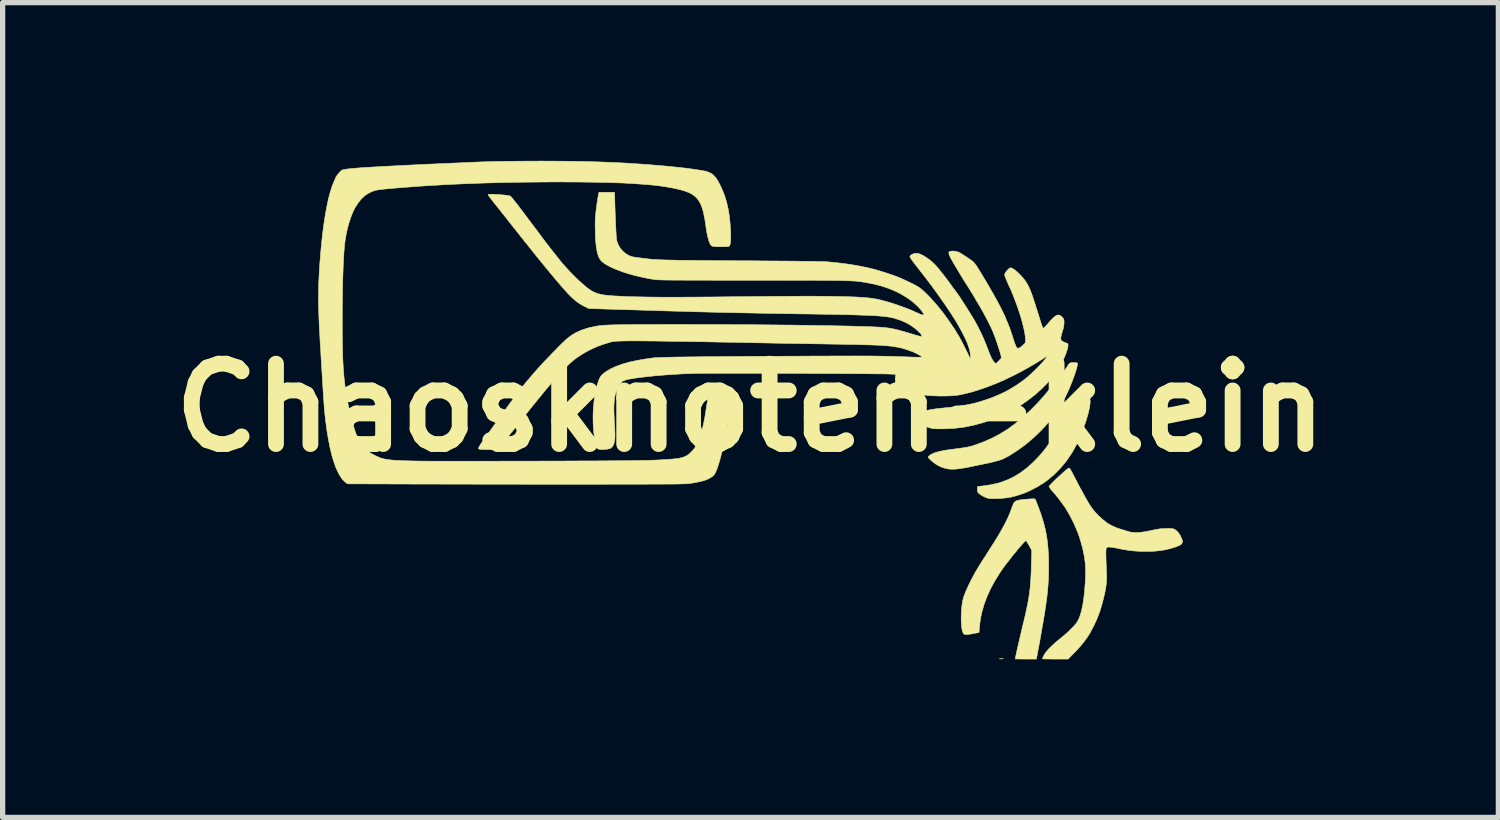
<source format=kicad_pcb>
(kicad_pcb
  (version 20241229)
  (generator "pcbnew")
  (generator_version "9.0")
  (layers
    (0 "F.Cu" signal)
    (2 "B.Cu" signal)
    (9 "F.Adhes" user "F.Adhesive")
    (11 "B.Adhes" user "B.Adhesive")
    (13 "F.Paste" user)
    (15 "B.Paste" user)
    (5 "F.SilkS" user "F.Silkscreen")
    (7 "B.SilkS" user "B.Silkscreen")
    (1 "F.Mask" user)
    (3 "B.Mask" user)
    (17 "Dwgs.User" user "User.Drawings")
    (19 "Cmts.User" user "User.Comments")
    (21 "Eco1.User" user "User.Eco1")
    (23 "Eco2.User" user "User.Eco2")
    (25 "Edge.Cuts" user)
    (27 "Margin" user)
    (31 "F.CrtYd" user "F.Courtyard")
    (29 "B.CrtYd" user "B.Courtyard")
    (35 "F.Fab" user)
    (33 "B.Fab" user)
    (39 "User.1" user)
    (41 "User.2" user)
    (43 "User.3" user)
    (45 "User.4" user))
  (footprint "Chaosknoten-klein"
    (layer "F.Cu")
    (at 11.183 4.682)
    (property "Reference" "Chaosknoten-klein" (at 0 0 0) (layer "F.SilkS") (effects (font (size 1.524 1.524) (thickness 0.3))))
    (attr through_hole)
    (fp_poly (pts (xy 4.79 4.761) (xy 4.797 4.762) (xy 4.79 4.763) (xy 4.769 4.764) (xy 4.758 4.764) (xy 4.733 4.764) (xy 4.72 4.763) (xy 4.722 4.761) (xy 4.727 4.761) (xy 4.758 4.759) (xy 4.79 4.761)) (stroke (width 0.01) (type solid)) (fill yes) (layer "F.SilkS"))
    (fp_poly (pts (xy 6.322 -0.3) (xy 6.347 -0.286) (xy 6.374 -0.262) (xy 6.4 -0.231) (xy 6.423 -0.195) (xy 6.427 -0.187) (xy 6.437 -0.166) (xy 6.441 -0.146) (xy 6.443 -0.12) (xy 6.441 -0.084) (xy 6.44 -0.082) (xy 6.433 -0.02) (xy 6.418 0.054) (xy 6.397 0.138) (xy 6.37 0.228) (xy 6.339 0.323) (xy 6.305 0.42) (xy 6.267 0.515) (xy 6.228 0.607) (xy 6.189 0.69) (xy 6.1 0.851) (xy 5.999 1.001) (xy 5.886 1.139) (xy 5.762 1.265) (xy 5.626 1.379) (xy 5.561 1.425) (xy 5.534 1.444) (xy 5.511 1.457) (xy 5.498 1.464) (xy 5.496 1.465) (xy 5.486 1.471) (xy 5.485 1.472) (xy 5.477 1.479) (xy 5.456 1.492) (xy 5.425 1.509) (xy 5.388 1.528) (xy 5.347 1.549) (xy 5.306 1.57) (xy 5.266 1.589) (xy 5.232 1.604) (xy 5.205 1.615) (xy 5.203 1.616) (xy 5.103 1.651) (xy 5.013 1.678) (xy 4.928 1.698) (xy 4.844 1.711) (xy 4.756 1.72) (xy 4.678 1.723) (xy 4.62 1.725) (xy 4.575 1.724) (xy 4.541 1.722) (xy 4.514 1.719) (xy 4.498 1.715) (xy 4.452 1.698) (xy 4.406 1.676) (xy 4.364 1.651) (xy 4.332 1.626) (xy 4.325 1.619) (xy 4.311 1.6) (xy 4.304 1.582) (xy 4.302 1.559) (xy 4.303 1.542) (xy 4.305 1.495) (xy 4.407 1.484) (xy 4.565 1.461) (xy 4.714 1.426) (xy 4.854 1.377) (xy 4.987 1.315) (xy 5.115 1.238) (xy 5.239 1.145) (xy 5.36 1.037) (xy 5.41 0.987) (xy 5.44 0.956) (xy 5.467 0.926) (xy 5.49 0.901) (xy 5.5 0.889) (xy 5.523 0.862) (xy 5.546 0.835) (xy 5.55 0.831) (xy 5.564 0.814) (xy 5.586 0.786) (xy 5.611 0.752) (xy 5.639 0.714) (xy 5.646 0.704) (xy 5.672 0.667) (xy 5.696 0.635) (xy 5.715 0.609) (xy 5.727 0.593) (xy 5.729 0.59) (xy 5.741 0.573) (xy 5.761 0.543) (xy 5.788 0.502) (xy 5.821 0.45) (xy 5.858 0.391) (xy 5.9 0.324) (xy 5.944 0.252) (xy 5.99 0.176) (xy 6.038 0.098) (xy 6.086 0.019) (xy 6.124 -0.045) (xy 6.17 -0.121) (xy 6.209 -0.183) (xy 6.241 -0.231) (xy 6.266 -0.266) (xy 6.286 -0.289) (xy 6.3 -0.3) (xy 6.302 -0.301) (xy 6.322 -0.3)) (stroke (width 0.01) (type solid)) (fill yes) (layer "F.SilkS"))
    (fp_poly (pts (xy 6.168 -0.854) (xy 6.191 -0.85) (xy 6.2 -0.844) (xy 6.2 -0.844) (xy 6.201 -0.824) (xy 6.196 -0.791) (xy 6.185 -0.747) (xy 6.17 -0.693) (xy 6.15 -0.632) (xy 6.126 -0.566) (xy 6.1 -0.496) (xy 6.071 -0.425) (xy 6.042 -0.354) (xy 6.011 -0.286) (xy 5.981 -0.223) (xy 5.973 -0.207) (xy 5.953 -0.169) (xy 5.929 -0.126) (xy 5.905 -0.082) (xy 5.88 -0.04) (xy 5.857 -0.002) (xy 5.838 0.029) (xy 5.824 0.051) (xy 5.817 0.059) (xy 5.81 0.068) (xy 5.796 0.087) (xy 5.778 0.112) (xy 5.774 0.119) (xy 5.755 0.146) (xy 5.739 0.168) (xy 5.729 0.182) (xy 5.728 0.183) (xy 5.718 0.195) (xy 5.702 0.215) (xy 5.698 0.22) (xy 5.649 0.281) (xy 5.59 0.349) (xy 5.522 0.421) (xy 5.45 0.493) (xy 5.376 0.563) (xy 5.303 0.627) (xy 5.234 0.684) (xy 5.202 0.708) (xy 5.181 0.724) (xy 5.154 0.745) (xy 5.139 0.755) (xy 5.079 0.799) (xy 5.014 0.842) (xy 4.949 0.884) (xy 4.886 0.921) (xy 4.828 0.952) (xy 4.778 0.976) (xy 4.748 0.987) (xy 4.697 1.003) (xy 4.632 1.021) (xy 4.559 1.039) (xy 4.482 1.056) (xy 4.449 1.063) (xy 4.421 1.068) (xy 4.38 1.077) (xy 4.329 1.087) (xy 4.272 1.099) (xy 4.211 1.112) (xy 4.178 1.119) (xy 4.077 1.139) (xy 3.989 1.153) (xy 3.914 1.163) (xy 3.848 1.167) (xy 3.791 1.166) (xy 3.74 1.16) (xy 3.7 1.151) (xy 3.629 1.129) (xy 3.565 1.1) (xy 3.504 1.063) (xy 3.442 1.015) (xy 3.411 0.987) (xy 3.386 0.963) (xy 3.373 0.946) (xy 3.371 0.933) (xy 3.379 0.921) (xy 3.38 0.92) (xy 3.409 0.897) (xy 3.444 0.876) (xy 3.487 0.857) (xy 3.54 0.841) (xy 3.604 0.825) (xy 3.68 0.81) (xy 3.771 0.796) (xy 3.872 0.783) (xy 3.954 0.772) (xy 4.022 0.763) (xy 4.078 0.754) (xy 4.126 0.745) (xy 4.167 0.736) (xy 4.205 0.726) (xy 4.242 0.714) (xy 4.254 0.71) (xy 4.424 0.647) (xy 4.584 0.576) (xy 4.735 0.496) (xy 4.88 0.406) (xy 5.021 0.303) (xy 5.161 0.188) (xy 5.301 0.057) (xy 5.326 0.033) (xy 5.384 -0.026) (xy 5.438 -0.081) (xy 5.489 -0.136) (xy 5.54 -0.193) (xy 5.594 -0.256) (xy 5.654 -0.328) (xy 5.694 -0.376) (xy 5.715 -0.402) (xy 5.742 -0.435) (xy 5.771 -0.469) (xy 5.781 -0.482) (xy 5.805 -0.51) (xy 5.822 -0.531) (xy 5.836 -0.549) (xy 5.85 -0.566) (xy 5.866 -0.587) (xy 5.887 -0.615) (xy 5.915 -0.652) (xy 5.942 -0.689) (xy 5.97 -0.727) (xy 5.993 -0.76) (xy 6.006 -0.779) (xy 6.028 -0.813) (xy 6.046 -0.834) (xy 6.062 -0.847) (xy 6.082 -0.853) (xy 6.108 -0.855) (xy 6.13 -0.855) (xy 6.168 -0.854)) (stroke (width 0.01) (type solid)) (fill yes) (layer "F.SilkS"))
    (fp_poly (pts (xy 5.381 1.729) (xy 5.394 1.733) (xy 5.403 1.741) (xy 5.409 1.752) (xy 5.415 1.768) (xy 5.416 1.772) (xy 5.472 1.916) (xy 5.519 2.049) (xy 5.558 2.176) (xy 5.589 2.299) (xy 5.614 2.421) (xy 5.632 2.546) (xy 5.644 2.677) (xy 5.652 2.817) (xy 5.655 2.969) (xy 5.656 3.023) (xy 5.654 3.136) (xy 5.651 3.247) (xy 5.644 3.358) (xy 5.635 3.472) (xy 5.622 3.591) (xy 5.605 3.717) (xy 5.585 3.853) (xy 5.561 4.002) (xy 5.545 4.094) (xy 5.535 4.148) (xy 5.526 4.202) (xy 5.517 4.252) (xy 5.51 4.293) (xy 5.507 4.31) (xy 5.502 4.338) (xy 5.497 4.367) (xy 5.492 4.397) (xy 5.485 4.432) (xy 5.478 4.475) (xy 5.468 4.527) (xy 5.456 4.591) (xy 5.447 4.638) (xy 5.423 4.767) (xy 5.222 4.767) (xy 5.166 4.767) (xy 5.115 4.766) (xy 5.073 4.766) (xy 5.042 4.765) (xy 5.024 4.765) (xy 5.021 4.764) (xy 5.022 4.754) (xy 5.027 4.731) (xy 5.034 4.698) (xy 5.043 4.659) (xy 5.052 4.616) (xy 5.061 4.574) (xy 5.07 4.536) (xy 5.077 4.504) (xy 5.079 4.495) (xy 5.087 4.46) (xy 5.098 4.415) (xy 5.11 4.363) (xy 5.123 4.31) (xy 5.127 4.293) (xy 5.14 4.236) (xy 5.154 4.175) (xy 5.168 4.115) (xy 5.181 4.064) (xy 5.183 4.056) (xy 5.212 3.931) (xy 5.237 3.819) (xy 5.258 3.717) (xy 5.275 3.623) (xy 5.289 3.532) (xy 5.301 3.441) (xy 5.309 3.349) (xy 5.316 3.251) (xy 5.322 3.145) (xy 5.326 3.027) (xy 5.326 3.019) (xy 5.335 2.707) (xy 5.312 2.664) (xy 5.289 2.621) (xy 5.267 2.584) (xy 5.248 2.553) (xy 5.234 2.532) (xy 5.225 2.523) (xy 5.225 2.523) (xy 5.216 2.527) (xy 5.201 2.539) (xy 5.18 2.561) (xy 5.15 2.594) (xy 5.131 2.616) (xy 5.107 2.644) (xy 5.087 2.666) (xy 5.075 2.68) (xy 5.071 2.684) (xy 5.064 2.693) (xy 5.051 2.71) (xy 5.045 2.718) (xy 5.024 2.744) (xy 5.003 2.769) (xy 5 2.773) (xy 4.985 2.791) (xy 4.963 2.818) (xy 4.938 2.849) (xy 4.925 2.866) (xy 4.903 2.895) (xy 4.885 2.919) (xy 4.872 2.934) (xy 4.869 2.938) (xy 4.859 2.949) (xy 4.842 2.972) (xy 4.819 3.003) (xy 4.794 3.038) (xy 4.767 3.076) (xy 4.743 3.111) (xy 4.641 3.273) (xy 4.555 3.431) (xy 4.484 3.587) (xy 4.427 3.741) (xy 4.391 3.869) (xy 4.377 3.928) (xy 4.366 3.985) (xy 4.356 4.045) (xy 4.348 4.111) (xy 4.34 4.19) (xy 4.339 4.204) (xy 4.334 4.264) (xy 4.252 4.279) (xy 4.188 4.291) (xy 4.139 4.299) (xy 4.102 4.303) (xy 4.075 4.302) (xy 4.056 4.297) (xy 4.042 4.286) (xy 4.033 4.271) (xy 4.027 4.259) (xy 4.014 4.215) (xy 4.005 4.158) (xy 3.999 4.09) (xy 3.996 4.014) (xy 3.997 3.934) (xy 4.001 3.852) (xy 4.008 3.772) (xy 4.019 3.695) (xy 4.03 3.638) (xy 4.042 3.594) (xy 4.062 3.539) (xy 4.088 3.475) (xy 4.12 3.404) (xy 4.155 3.328) (xy 4.194 3.252) (xy 4.234 3.176) (xy 4.248 3.15) (xy 4.269 3.112) (xy 4.295 3.07) (xy 4.322 3.024) (xy 4.351 2.977) (xy 4.379 2.931) (xy 4.406 2.889) (xy 4.429 2.853) (xy 4.447 2.826) (xy 4.459 2.808) (xy 4.464 2.804) (xy 4.47 2.794) (xy 4.47 2.793) (xy 4.475 2.784) (xy 4.487 2.763) (xy 4.505 2.734) (xy 4.528 2.699) (xy 4.536 2.686) (xy 4.627 2.544) (xy 4.707 2.413) (xy 4.777 2.292) (xy 4.837 2.179) (xy 4.888 2.073) (xy 4.93 1.973) (xy 4.965 1.877) (xy 4.967 1.872) (xy 4.98 1.837) (xy 4.994 1.808) (xy 5.011 1.787) (xy 5.033 1.771) (xy 5.063 1.759) (xy 5.103 1.75) (xy 5.156 1.743) (xy 5.222 1.737) (xy 5.232 1.736) (xy 5.289 1.732) (xy 5.331 1.729) (xy 5.361 1.728) (xy 5.381 1.729)) (stroke (width 0.01) (type solid)) (fill yes) (layer "F.SilkS"))
    (fp_poly (pts (xy 6.048 1.144) (xy 6.055 1.153) (xy 6.068 1.174) (xy 6.087 1.206) (xy 6.109 1.247) (xy 6.134 1.294) (xy 6.154 1.333) (xy 6.181 1.385) (xy 6.205 1.432) (xy 6.226 1.472) (xy 6.242 1.502) (xy 6.252 1.522) (xy 6.256 1.528) (xy 6.262 1.539) (xy 6.275 1.561) (xy 6.292 1.591) (xy 6.305 1.617) (xy 6.35 1.7) (xy 6.39 1.77) (xy 6.426 1.83) (xy 6.46 1.881) (xy 6.494 1.928) (xy 6.529 1.971) (xy 6.568 2.014) (xy 6.603 2.05) (xy 6.685 2.125) (xy 6.764 2.186) (xy 6.846 2.235) (xy 6.932 2.274) (xy 7.002 2.298) (xy 7.046 2.311) (xy 7.095 2.326) (xy 7.138 2.34) (xy 7.141 2.341) (xy 7.188 2.355) (xy 7.234 2.364) (xy 7.282 2.368) (xy 7.335 2.369) (xy 7.394 2.364) (xy 7.462 2.355) (xy 7.541 2.341) (xy 7.633 2.322) (xy 7.691 2.31) (xy 7.738 2.302) (xy 7.779 2.296) (xy 7.819 2.293) (xy 7.863 2.291) (xy 7.895 2.291) (xy 7.943 2.291) (xy 7.976 2.291) (xy 8.001 2.293) (xy 8.018 2.297) (xy 8.033 2.303) (xy 8.049 2.311) (xy 8.053 2.313) (xy 8.089 2.341) (xy 8.123 2.38) (xy 8.151 2.423) (xy 8.162 2.447) (xy 8.171 2.469) (xy 8.179 2.484) (xy 8.18 2.485) (xy 8.185 2.499) (xy 8.191 2.522) (xy 8.192 2.528) (xy 8.192 2.554) (xy 8.181 2.576) (xy 8.16 2.597) (xy 8.125 2.616) (xy 8.075 2.636) (xy 8.048 2.646) (xy 7.951 2.675) (xy 7.857 2.697) (xy 7.76 2.712) (xy 7.658 2.722) (xy 7.545 2.726) (xy 7.506 2.726) (xy 7.392 2.724) (xy 7.286 2.718) (xy 7.182 2.707) (xy 7.075 2.69) (xy 6.96 2.667) (xy 6.936 2.662) (xy 6.89 2.653) (xy 6.848 2.647) (xy 6.813 2.643) (xy 6.796 2.643) (xy 6.771 2.646) (xy 6.757 2.651) (xy 6.75 2.662) (xy 6.745 2.675) (xy 6.743 2.689) (xy 6.742 2.711) (xy 6.741 2.743) (xy 6.741 2.786) (xy 6.742 2.84) (xy 6.744 2.908) (xy 6.747 2.989) (xy 6.75 3.086) (xy 6.753 3.158) (xy 6.754 3.241) (xy 6.751 3.317) (xy 6.742 3.391) (xy 6.728 3.472) (xy 6.723 3.497) (xy 6.693 3.626) (xy 6.663 3.741) (xy 6.631 3.847) (xy 6.595 3.945) (xy 6.556 4.041) (xy 6.511 4.137) (xy 6.459 4.236) (xy 6.44 4.271) (xy 6.389 4.352) (xy 6.326 4.439) (xy 6.25 4.531) (xy 6.164 4.625) (xy 6.135 4.654) (xy 6.024 4.767) (xy 5.781 4.767) (xy 5.718 4.767) (xy 5.662 4.766) (xy 5.614 4.766) (xy 5.575 4.765) (xy 5.549 4.764) (xy 5.538 4.763) (xy 5.537 4.763) (xy 5.541 4.75) (xy 5.55 4.728) (xy 5.563 4.703) (xy 5.575 4.678) (xy 5.586 4.661) (xy 5.589 4.656) (xy 5.603 4.64) (xy 5.616 4.623) (xy 5.639 4.594) (xy 5.673 4.558) (xy 5.717 4.515) (xy 5.769 4.468) (xy 5.827 4.418) (xy 5.879 4.375) (xy 5.954 4.313) (xy 6.023 4.252) (xy 6.084 4.193) (xy 6.135 4.14) (xy 6.176 4.092) (xy 6.194 4.067) (xy 6.227 4.007) (xy 6.256 3.93) (xy 6.282 3.837) (xy 6.304 3.728) (xy 6.323 3.602) (xy 6.338 3.46) (xy 6.35 3.302) (xy 6.351 3.294) (xy 6.356 3.166) (xy 6.355 3.051) (xy 6.348 2.941) (xy 6.334 2.835) (xy 6.313 2.725) (xy 6.296 2.652) (xy 6.277 2.584) (xy 6.257 2.514) (xy 6.236 2.447) (xy 6.215 2.387) (xy 6.195 2.338) (xy 6.188 2.321) (xy 6.174 2.289) (xy 6.159 2.254) (xy 6.155 2.243) (xy 6.138 2.204) (xy 6.115 2.157) (xy 6.088 2.103) (xy 6.059 2.048) (xy 6.028 1.994) (xy 5.999 1.944) (xy 5.973 1.901) (xy 5.952 1.87) (xy 5.946 1.863) (xy 5.937 1.851) (xy 5.921 1.828) (xy 5.9 1.8) (xy 5.887 1.781) (xy 5.829 1.704) (xy 5.768 1.63) (xy 5.727 1.583) (xy 5.705 1.557) (xy 5.685 1.532) (xy 5.677 1.518) (xy 5.661 1.491) (xy 5.711 1.437) (xy 5.744 1.404) (xy 5.781 1.368) (xy 5.815 1.335) (xy 5.817 1.334) (xy 5.85 1.304) (xy 5.885 1.272) (xy 5.916 1.243) (xy 5.918 1.241) (xy 5.962 1.201) (xy 5.999 1.171) (xy 6.027 1.152) (xy 6.045 1.144) (xy 6.048 1.144)) (stroke (width 0.01) (type solid)) (fill yes) (layer "F.SilkS"))
    (fp_poly (pts (xy -3.71 -4.676) (xy -3.461 -4.674) (xy -3.224 -4.67) (xy -2.998 -4.665) (xy -2.781 -4.658) (xy -2.57 -4.649) (xy -2.365 -4.639) (xy -2.162 -4.626) (xy -1.96 -4.612) (xy -1.757 -4.595) (xy -1.551 -4.577) (xy -1.456 -4.567) (xy -1.387 -4.56) (xy -1.326 -4.554) (xy -1.269 -4.547) (xy -1.214 -4.541) (xy -1.156 -4.533) (xy -1.091 -4.524) (xy -1.017 -4.513) (xy -0.938 -4.501) (xy -0.868 -4.488) (xy -0.81 -4.472) (xy -0.761 -4.452) (xy -0.718 -4.425) (xy -0.68 -4.389) (xy -0.645 -4.344) (xy -0.61 -4.286) (xy -0.572 -4.214) (xy -0.563 -4.195) (xy -0.518 -4.094) (xy -0.48 -3.99) (xy -0.449 -3.883) (xy -0.423 -3.768) (xy -0.403 -3.645) (xy -0.388 -3.511) (xy -0.378 -3.363) (xy -0.376 -3.308) (xy -0.374 -3.228) (xy -0.376 -3.164) (xy -0.382 -3.116) (xy -0.391 -3.083) (xy -0.404 -3.063) (xy -0.414 -3.059) (xy -0.434 -3.056) (xy -0.465 -3.054) (xy -0.51 -3.053) (xy -0.563 -3.052) (xy -0.622 -3.053) (xy -0.667 -3.054) (xy -0.7 -3.058) (xy -0.724 -3.064) (xy -0.741 -3.073) (xy -0.754 -3.087) (xy -0.765 -3.105) (xy -0.766 -3.108) (xy -0.784 -3.148) (xy -0.8 -3.203) (xy -0.817 -3.269) (xy -0.831 -3.343) (xy -0.844 -3.423) (xy -0.847 -3.45) (xy -0.857 -3.521) (xy -0.87 -3.594) (xy -0.884 -3.664) (xy -0.899 -3.729) (xy -0.914 -3.783) (xy -0.925 -3.814) (xy -0.952 -3.876) (xy -0.982 -3.93) (xy -1.019 -3.976) (xy -1.062 -4.017) (xy -1.114 -4.052) (xy -1.176 -4.083) (xy -1.249 -4.11) (xy -1.335 -4.135) (xy -1.436 -4.158) (xy -1.511 -4.173) (xy -1.597 -4.188) (xy -1.682 -4.201) (xy -1.769 -4.213) (xy -1.863 -4.223) (xy -1.968 -4.232) (xy -2.036 -4.237) (xy -2.116 -4.243) (xy -2.19 -4.248) (xy -2.26 -4.253) (xy -2.329 -4.256) (xy -2.398 -4.26) (xy -2.469 -4.263) (xy -2.545 -4.265) (xy -2.628 -4.268) (xy -2.72 -4.27) (xy -2.822 -4.272) (xy -2.938 -4.275) (xy -3.044 -4.277) (xy -3.287 -4.28) (xy -3.543 -4.281) (xy -3.809 -4.281) (xy -4.081 -4.279) (xy -4.356 -4.276) (xy -4.631 -4.271) (xy -4.901 -4.265) (xy -5.163 -4.257) (xy -5.414 -4.247) (xy -5.554 -4.241) (xy -5.645 -4.237) (xy -5.741 -4.232) (xy -5.84 -4.227) (xy -5.939 -4.221) (xy -6.034 -4.216) (xy -6.123 -4.211) (xy -6.203 -4.205) (xy -6.27 -4.201) (xy -6.295 -4.199) (xy -6.35 -4.195) (xy -6.413 -4.19) (xy -6.476 -4.185) (xy -6.519 -4.182) (xy -6.594 -4.177) (xy -6.671 -4.17) (xy -6.748 -4.164) (xy -6.821 -4.157) (xy -6.89 -4.151) (xy -6.951 -4.145) (xy -7.003 -4.139) (xy -7.042 -4.135) (xy -7.067 -4.131) (xy -7.07 -4.131) (xy -7.159 -4.107) (xy -7.239 -4.071) (xy -7.312 -4.023) (xy -7.379 -3.961) (xy -7.441 -3.884) (xy -7.5 -3.792) (xy -7.502 -3.788) (xy -7.538 -3.715) (xy -7.573 -3.629) (xy -7.606 -3.532) (xy -7.636 -3.428) (xy -7.661 -3.321) (xy -7.681 -3.213) (xy -7.691 -3.145) (xy -7.7 -3.066) (xy -7.708 -2.97) (xy -7.715 -2.859) (xy -7.722 -2.734) (xy -7.727 -2.595) (xy -7.732 -2.443) (xy -7.736 -2.279) (xy -7.739 -2.104) (xy -7.741 -1.919) (xy -7.742 -1.725) (xy -7.742 -1.617) (xy -7.742 -1.432) (xy -7.74 -1.262) (xy -7.737 -1.105) (xy -7.733 -0.961) (xy -7.727 -0.827) (xy -7.719 -0.701) (xy -7.709 -0.583) (xy -7.697 -0.471) (xy -7.683 -0.362) (xy -7.667 -0.255) (xy -7.648 -0.149) (xy -7.626 -0.042) (xy -7.601 0.067) (xy -7.582 0.148) (xy -7.55 0.272) (xy -7.52 0.38) (xy -7.489 0.474) (xy -7.457 0.555) (xy -7.424 0.626) (xy -7.387 0.687) (xy -7.347 0.74) (xy -7.303 0.786) (xy -7.254 0.827) (xy -7.198 0.864) (xy -7.135 0.899) (xy -7.119 0.906) (xy -7.098 0.917) (xy -7.077 0.927) (xy -7.057 0.936) (xy -7.037 0.945) (xy -7.016 0.953) (xy -6.993 0.96) (xy -6.969 0.967) (xy -6.942 0.973) (xy -6.912 0.979) (xy -6.878 0.984) (xy -6.84 0.989) (xy -6.798 0.993) (xy -6.749 0.997) (xy -6.695 1) (xy -6.633 1.003) (xy -6.565 1.006) (xy -6.488 1.008) (xy -6.403 1.01) (xy -6.309 1.012) (xy -6.205 1.013) (xy -6.09 1.014) (xy -5.965 1.015) (xy -5.828 1.015) (xy -5.679 1.015) (xy -5.518 1.015) (xy -5.343 1.015) (xy -5.154 1.015) (xy -4.95 1.015) (xy -4.732 1.014) (xy -4.497 1.014) (xy -4.248 1.013) (xy -4.008 1.013) (xy -3.783 1.012) (xy -3.575 1.012) (xy -3.381 1.011) (xy -3.201 1.01) (xy -3.035 1.01) (xy -2.882 1.009) (xy -2.74 1.008) (xy -2.61 1.007) (xy -2.491 1.006) (xy -2.382 1.005) (xy -2.282 1.004) (xy -2.19 1.003) (xy -2.107 1.002) (xy -2.03 1) (xy -1.96 0.999) (xy -1.896 0.997) (xy -1.837 0.995) (xy -1.783 0.993) (xy -1.732 0.991) (xy -1.684 0.988) (xy -1.639 0.986) (xy -1.595 0.983) (xy -1.583 0.982) (xy -1.491 0.975) (xy -1.414 0.967) (xy -1.349 0.958) (xy -1.295 0.945) (xy -1.248 0.929) (xy -1.207 0.909) (xy -1.17 0.883) (xy -1.134 0.851) (xy -1.097 0.812) (xy -1.072 0.783) (xy -1.054 0.757) (xy -1.032 0.719) (xy -1.009 0.672) (xy -0.985 0.621) (xy -0.964 0.568) (xy -0.949 0.525) (xy -0.918 0.422) (xy -0.89 0.305) (xy -0.864 0.173) (xy -0.842 0.034) (xy -0.829 -0.049) (xy -0.817 -0.117) (xy -0.804 -0.169) (xy -0.792 -0.209) (xy -0.779 -0.235) (xy -0.775 -0.242) (xy -0.733 -0.285) (xy -0.685 -0.316) (xy -0.633 -0.334) (xy -0.581 -0.338) (xy -0.53 -0.327) (xy -0.509 -0.317) (xy -0.477 -0.295) (xy -0.452 -0.268) (xy -0.433 -0.232) (xy -0.42 -0.186) (xy -0.411 -0.129) (xy -0.407 -0.057) (xy -0.406 -0.008) (xy -0.409 0.088) (xy -0.418 0.195) (xy -0.434 0.312) (xy -0.455 0.441) (xy -0.483 0.583) (xy -0.518 0.738) (xy -0.551 0.874) (xy -0.576 0.973) (xy -0.6 1.056) (xy -0.622 1.126) (xy -0.643 1.183) (xy -0.663 1.227) (xy -0.682 1.262) (xy -0.702 1.287) (xy -0.714 1.297) (xy -0.753 1.325) (xy -0.797 1.349) (xy -0.847 1.37) (xy -0.906 1.389) (xy -0.976 1.406) (xy -1.059 1.422) (xy -1.147 1.437) (xy -1.158 1.438) (xy -1.171 1.44) (xy -1.186 1.441) (xy -1.204 1.442) (xy -1.226 1.443) (xy -1.252 1.444) (xy -1.283 1.445) (xy -1.319 1.446) (xy -1.361 1.447) (xy -1.411 1.448) (xy -1.468 1.448) (xy -1.533 1.449) (xy -1.608 1.449) (xy -1.692 1.45) (xy -1.786 1.45) (xy -1.89 1.45) (xy -2.007 1.451) (xy -2.136 1.451) (xy -2.277 1.451) (xy -2.432 1.451) (xy -2.602 1.451) (xy -2.786 1.452) (xy -2.986 1.452) (xy -3.202 1.452) (xy -3.226 1.452) (xy -3.427 1.452) (xy -3.635 1.452) (xy -3.848 1.452) (xy -4.063 1.452) (xy -4.281 1.452) (xy -4.498 1.451) (xy -4.715 1.451) (xy -4.928 1.451) (xy -5.138 1.451) (xy -5.341 1.45) (xy -5.538 1.45) (xy -5.725 1.45) (xy -5.903 1.449) (xy -6.069 1.449) (xy -6.221 1.449) (xy -6.359 1.448) (xy -6.427 1.448) (xy -7.642 1.444) (xy -7.676 1.419) (xy -7.707 1.393) (xy -7.734 1.365) (xy -7.76 1.331) (xy -7.787 1.288) (xy -7.818 1.233) (xy -7.821 1.226) (xy -7.864 1.134) (xy -7.903 1.025) (xy -7.94 0.9) (xy -7.974 0.758) (xy -8.005 0.6) (xy -8.034 0.425) (xy -8.059 0.234) (xy -8.072 0.119) (xy -8.074 0.099) (xy -8.076 0.081) (xy -8.078 0.063) (xy -8.08 0.045) (xy -8.082 0.024) (xy -8.083 0.001) (xy -8.085 -0.026) (xy -8.088 -0.058) (xy -8.09 -0.097) (xy -8.093 -0.142) (xy -8.097 -0.196) (xy -8.101 -0.26) (xy -8.106 -0.333) (xy -8.111 -0.419) (xy -8.117 -0.516) (xy -8.124 -0.628) (xy -8.132 -0.754) (xy -8.14 -0.896) (xy -8.141 -0.902) (xy -8.151 -1.08) (xy -8.161 -1.242) (xy -8.169 -1.39) (xy -8.176 -1.526) (xy -8.182 -1.651) (xy -8.186 -1.766) (xy -8.19 -1.873) (xy -8.192 -1.974) (xy -8.193 -2.069) (xy -8.193 -2.16) (xy -8.191 -2.249) (xy -8.189 -2.338) (xy -8.185 -2.426) (xy -8.181 -2.517) (xy -8.175 -2.612) (xy -8.169 -2.711) (xy -8.166 -2.752) (xy -8.149 -2.961) (xy -8.13 -3.16) (xy -8.109 -3.347) (xy -8.085 -3.522) (xy -8.059 -3.685) (xy -8.031 -3.834) (xy -8.002 -3.969) (xy -7.97 -4.089) (xy -7.937 -4.193) (xy -7.902 -4.282) (xy -7.898 -4.291) (xy -7.886 -4.318) (xy -7.877 -4.338) (xy -7.874 -4.348) (xy -7.874 -4.348) (xy -7.869 -4.363) (xy -7.854 -4.386) (xy -7.834 -4.414) (xy -7.81 -4.444) (xy -7.786 -4.472) (xy -7.763 -4.495) (xy -7.754 -4.503) (xy -7.739 -4.509) (xy -7.712 -4.516) (xy -7.672 -4.523) (xy -7.618 -4.53) (xy -7.551 -4.537) (xy -7.47 -4.544) (xy -7.374 -4.551) (xy -7.262 -4.558) (xy -7.136 -4.566) (xy -6.993 -4.574) (xy -6.834 -4.582) (xy -6.795 -4.584) (xy -6.719 -4.588) (xy -6.639 -4.592) (xy -6.559 -4.596) (xy -6.483 -4.6) (xy -6.415 -4.603) (xy -6.367 -4.606) (xy -6.315 -4.608) (xy -6.249 -4.611) (xy -6.174 -4.615) (xy -6.094 -4.619) (xy -6.011 -4.622) (xy -5.929 -4.626) (xy -5.893 -4.627) (xy -5.814 -4.631) (xy -5.732 -4.634) (xy -5.651 -4.638) (xy -5.575 -4.641) (xy -5.506 -4.644) (xy -5.45 -4.647) (xy -5.427 -4.648) (xy -5.273 -4.655) (xy -5.115 -4.661) (xy -4.95 -4.666) (xy -4.777 -4.67) (xy -4.595 -4.673) (xy -4.401 -4.675) (xy -4.193 -4.676) (xy -3.975 -4.677) (xy -3.71 -4.676)) (stroke (width 0.01) (type solid)) (fill yes) (layer "F.SilkS"))
    (fp_poly (pts (xy -2.572 -3.895) (xy -2.568 -3.749) (xy -2.563 -3.62) (xy -2.559 -3.508) (xy -2.554 -3.412) (xy -2.55 -3.331) (xy -2.546 -3.266) (xy -2.542 -3.216) (xy -2.538 -3.181) (xy -2.535 -3.166) (xy -2.511 -3.097) (xy -2.474 -3.031) (xy -2.425 -2.972) (xy -2.368 -2.923) (xy -2.304 -2.885) (xy -2.244 -2.863) (xy -2.221 -2.859) (xy -2.185 -2.853) (xy -2.139 -2.847) (xy -2.087 -2.84) (xy -2.032 -2.833) (xy -1.977 -2.826) (xy -1.925 -2.82) (xy -1.882 -2.816) (xy -1.875 -2.815) (xy -1.839 -2.813) (xy -1.8 -2.81) (xy -1.756 -2.808) (xy -1.707 -2.805) (xy -1.651 -2.803) (xy -1.589 -2.801) (xy -1.519 -2.8) (xy -1.441 -2.798) (xy -1.353 -2.796) (xy -1.256 -2.795) (xy -1.147 -2.794) (xy -1.027 -2.792) (xy -0.895 -2.791) (xy -0.749 -2.79) (xy -0.59 -2.789) (xy -0.416 -2.788) (xy -0.226 -2.786) (xy -0.08 -2.786) (xy 0.105 -2.785) (xy 0.282 -2.783) (xy 0.448 -2.782) (xy 0.603 -2.781) (xy 0.748 -2.78) (xy 0.88 -2.779) (xy 1 -2.777) (xy 1.108 -2.776) (xy 1.201 -2.775) (xy 1.28 -2.773) (xy 1.345 -2.772) (xy 1.393 -2.771) (xy 1.426 -2.769) (xy 1.435 -2.769) (xy 1.587 -2.755) (xy 1.742 -2.737) (xy 1.896 -2.716) (xy 2.045 -2.691) (xy 2.185 -2.663) (xy 2.299 -2.637) (xy 2.374 -2.617) (xy 2.455 -2.593) (xy 2.539 -2.567) (xy 2.622 -2.54) (xy 2.701 -2.513) (xy 2.772 -2.487) (xy 2.832 -2.463) (xy 2.857 -2.452) (xy 2.941 -2.413) (xy 3.011 -2.381) (xy 3.069 -2.352) (xy 3.117 -2.327) (xy 3.158 -2.305) (xy 3.192 -2.284) (xy 3.207 -2.274) (xy 3.242 -2.248) (xy 3.285 -2.21) (xy 3.334 -2.163) (xy 3.388 -2.109) (xy 3.443 -2.05) (xy 3.498 -1.989) (xy 3.551 -1.926) (xy 3.582 -1.888) (xy 3.604 -1.86) (xy 3.624 -1.835) (xy 3.639 -1.817) (xy 3.641 -1.815) (xy 3.656 -1.796) (xy 3.677 -1.767) (xy 3.703 -1.731) (xy 3.732 -1.691) (xy 3.761 -1.65) (xy 3.787 -1.612) (xy 3.809 -1.58) (xy 3.824 -1.556) (xy 3.828 -1.55) (xy 3.841 -1.529) (xy 3.851 -1.517) (xy 3.854 -1.516) (xy 3.861 -1.509) (xy 3.861 -1.508) (xy 3.865 -1.497) (xy 3.877 -1.477) (xy 3.893 -1.451) (xy 3.895 -1.449) (xy 3.911 -1.423) (xy 3.923 -1.401) (xy 3.929 -1.389) (xy 3.929 -1.389) (xy 3.934 -1.38) (xy 3.936 -1.38) (xy 3.945 -1.373) (xy 3.948 -1.365) (xy 3.955 -1.351) (xy 3.967 -1.327) (xy 3.982 -1.3) (xy 4.002 -1.264) (xy 4.028 -1.215) (xy 4.057 -1.157) (xy 4.09 -1.091) (xy 4.124 -1.021) (xy 4.139 -0.991) (xy 4.173 -0.919) (xy 4.173 -0.957) (xy 4.17 -1.016) (xy 4.159 -1.08) (xy 4.139 -1.151) (xy 4.111 -1.229) (xy 4.072 -1.316) (xy 4.024 -1.413) (xy 3.965 -1.521) (xy 3.952 -1.544) (xy 3.928 -1.586) (xy 3.906 -1.624) (xy 3.888 -1.654) (xy 3.876 -1.674) (xy 3.872 -1.681) (xy 3.864 -1.693) (xy 3.849 -1.716) (xy 3.827 -1.749) (xy 3.8 -1.79) (xy 3.771 -1.835) (xy 3.761 -1.85) (xy 3.687 -1.96) (xy 3.603 -2.08) (xy 3.513 -2.206) (xy 3.417 -2.337) (xy 3.318 -2.468) (xy 3.217 -2.597) (xy 3.179 -2.646) (xy 3.127 -2.713) (xy 3.085 -2.768) (xy 3.053 -2.812) (xy 3.033 -2.843) (xy 3.023 -2.862) (xy 3.023 -2.866) (xy 3.03 -2.881) (xy 3.049 -2.898) (xy 3.076 -2.913) (xy 3.096 -2.922) (xy 3.137 -2.929) (xy 3.18 -2.925) (xy 3.229 -2.909) (xy 3.285 -2.88) (xy 3.332 -2.851) (xy 3.398 -2.804) (xy 3.454 -2.757) (xy 3.505 -2.707) (xy 3.557 -2.648) (xy 3.577 -2.623) (xy 3.602 -2.592) (xy 3.624 -2.565) (xy 3.64 -2.544) (xy 3.647 -2.536) (xy 3.664 -2.514) (xy 3.689 -2.482) (xy 3.718 -2.444) (xy 3.748 -2.404) (xy 3.776 -2.366) (xy 3.8 -2.333) (xy 3.817 -2.309) (xy 3.818 -2.307) (xy 3.834 -2.284) (xy 3.847 -2.267) (xy 3.852 -2.261) (xy 3.86 -2.252) (xy 3.873 -2.234) (xy 3.878 -2.227) (xy 3.894 -2.205) (xy 3.907 -2.187) (xy 3.909 -2.184) (xy 3.924 -2.165) (xy 3.946 -2.133) (xy 3.974 -2.092) (xy 4.006 -2.042) (xy 4.042 -1.987) (xy 4.08 -1.928) (xy 4.118 -1.868) (xy 4.155 -1.809) (xy 4.189 -1.754) (xy 4.22 -1.703) (xy 4.246 -1.66) (xy 4.265 -1.627) (xy 4.266 -1.624) (xy 4.327 -1.509) (xy 4.38 -1.402) (xy 4.427 -1.297) (xy 4.472 -1.187) (xy 4.505 -1.101) (xy 4.522 -1.056) (xy 4.54 -1.01) (xy 4.558 -0.97) (xy 4.569 -0.946) (xy 4.589 -0.91) (xy 4.61 -0.878) (xy 4.63 -0.854) (xy 4.647 -0.84) (xy 4.653 -0.838) (xy 4.663 -0.844) (xy 4.681 -0.86) (xy 4.702 -0.881) (xy 4.724 -0.904) (xy 4.743 -0.925) (xy 4.755 -0.941) (xy 4.758 -0.948) (xy 4.755 -0.968) (xy 4.747 -1.002) (xy 4.735 -1.046) (xy 4.719 -1.099) (xy 4.7 -1.158) (xy 4.68 -1.219) (xy 4.658 -1.282) (xy 4.636 -1.343) (xy 4.615 -1.399) (xy 4.595 -1.448) (xy 4.582 -1.479) (xy 4.548 -1.551) (xy 4.507 -1.634) (xy 4.461 -1.722) (xy 4.412 -1.812) (xy 4.363 -1.899) (xy 4.316 -1.979) (xy 4.287 -2.025) (xy 4.275 -2.045) (xy 4.268 -2.059) (xy 4.267 -2.061) (xy 4.263 -2.07) (xy 4.25 -2.091) (xy 4.231 -2.123) (xy 4.205 -2.165) (xy 4.175 -2.214) (xy 4.14 -2.27) (xy 4.102 -2.33) (xy 4.09 -2.349) (xy 4.047 -2.417) (xy 4.014 -2.471) (xy 3.992 -2.507) (xy 3.985 -2.519) (xy 3.971 -2.542) (xy 3.951 -2.575) (xy 3.927 -2.616) (xy 3.899 -2.662) (xy 3.89 -2.677) (xy 3.848 -2.748) (xy 3.814 -2.807) (xy 3.789 -2.854) (xy 3.773 -2.891) (xy 3.764 -2.919) (xy 3.762 -2.939) (xy 3.767 -2.953) (xy 3.779 -2.963) (xy 3.797 -2.968) (xy 3.798 -2.968) (xy 3.845 -2.971) (xy 3.897 -2.964) (xy 3.948 -2.949) (xy 3.965 -2.941) (xy 3.988 -2.928) (xy 4.02 -2.908) (xy 4.059 -2.883) (xy 4.101 -2.855) (xy 4.142 -2.827) (xy 4.18 -2.801) (xy 4.21 -2.779) (xy 4.229 -2.763) (xy 4.23 -2.763) (xy 4.242 -2.749) (xy 4.261 -2.725) (xy 4.282 -2.696) (xy 4.29 -2.684) (xy 4.304 -2.663) (xy 4.323 -2.631) (xy 4.348 -2.592) (xy 4.375 -2.548) (xy 4.403 -2.501) (xy 4.432 -2.453) (xy 4.46 -2.406) (xy 4.486 -2.363) (xy 4.508 -2.326) (xy 4.525 -2.297) (xy 4.535 -2.278) (xy 4.538 -2.272) (xy 4.542 -2.264) (xy 4.553 -2.246) (xy 4.558 -2.237) (xy 4.573 -2.212) (xy 4.592 -2.18) (xy 4.603 -2.159) (xy 4.619 -2.131) (xy 4.639 -2.094) (xy 4.662 -2.054) (xy 4.674 -2.032) (xy 4.697 -1.99) (xy 4.722 -1.942) (xy 4.747 -1.893) (xy 4.772 -1.844) (xy 4.795 -1.797) (xy 4.815 -1.756) (xy 4.83 -1.723) (xy 4.84 -1.7) (xy 4.843 -1.69) (xy 4.846 -1.68) (xy 4.855 -1.659) (xy 4.867 -1.632) (xy 4.868 -1.63) (xy 4.881 -1.601) (xy 4.89 -1.578) (xy 4.894 -1.564) (xy 4.894 -1.564) (xy 4.899 -1.548) (xy 4.901 -1.545) (xy 4.905 -1.537) (xy 4.912 -1.523) (xy 4.92 -1.499) (xy 4.932 -1.465) (xy 4.947 -1.42) (xy 4.967 -1.36) (xy 4.983 -1.308) (xy 4.998 -1.262) (xy 5.013 -1.22) (xy 5.026 -1.185) (xy 5.037 -1.16) (xy 5.04 -1.154) (xy 5.055 -1.135) (xy 5.072 -1.127) (xy 5.092 -1.13) (xy 5.119 -1.145) (xy 5.153 -1.172) (xy 5.179 -1.197) (xy 5.199 -1.216) (xy 5.209 -1.231) (xy 5.214 -1.248) (xy 5.215 -1.274) (xy 5.215 -1.289) (xy 5.212 -1.346) (xy 5.202 -1.417) (xy 5.185 -1.499) (xy 5.163 -1.591) (xy 5.136 -1.69) (xy 5.104 -1.794) (xy 5.074 -1.884) (xy 5.059 -1.926) (xy 5.041 -1.975) (xy 5.021 -2.027) (xy 5.001 -2.08) (xy 4.981 -2.131) (xy 4.962 -2.178) (xy 4.946 -2.217) (xy 4.934 -2.245) (xy 4.928 -2.259) (xy 4.92 -2.275) (xy 4.907 -2.302) (xy 4.891 -2.338) (xy 4.874 -2.377) (xy 4.858 -2.416) (xy 4.843 -2.451) (xy 4.832 -2.478) (xy 4.831 -2.482) (xy 4.822 -2.507) (xy 4.82 -2.524) (xy 4.825 -2.54) (xy 4.83 -2.55) (xy 4.845 -2.575) (xy 4.866 -2.601) (xy 4.889 -2.626) (xy 4.91 -2.644) (xy 4.924 -2.652) (xy 4.948 -2.65) (xy 4.979 -2.635) (xy 5.017 -2.61) (xy 5.059 -2.575) (xy 5.08 -2.555) (xy 5.13 -2.505) (xy 5.173 -2.456) (xy 5.211 -2.407) (xy 5.245 -2.354) (xy 5.277 -2.296) (xy 5.306 -2.229) (xy 5.336 -2.153) (xy 5.366 -2.064) (xy 5.393 -1.981) (xy 5.407 -1.935) (xy 5.421 -1.89) (xy 5.434 -1.852) (xy 5.443 -1.824) (xy 5.444 -1.82) (xy 5.453 -1.792) (xy 5.465 -1.753) (xy 5.478 -1.711) (xy 5.486 -1.685) (xy 5.498 -1.645) (xy 5.51 -1.608) (xy 5.52 -1.579) (xy 5.524 -1.566) (xy 5.533 -1.542) (xy 5.54 -1.523) (xy 5.541 -1.521) (xy 5.55 -1.51) (xy 5.557 -1.509) (xy 5.567 -1.516) (xy 5.585 -1.533) (xy 5.609 -1.559) (xy 5.638 -1.591) (xy 5.652 -1.607) (xy 5.701 -1.663) (xy 5.742 -1.704) (xy 5.777 -1.734) (xy 5.806 -1.752) (xy 5.823 -1.758) (xy 5.851 -1.757) (xy 5.882 -1.743) (xy 5.912 -1.719) (xy 5.924 -1.705) (xy 5.936 -1.688) (xy 5.943 -1.671) (xy 5.946 -1.651) (xy 5.947 -1.621) (xy 5.947 -1.605) (xy 5.94 -1.533) (xy 5.927 -1.482) (xy 5.907 -1.418) (xy 5.893 -1.366) (xy 5.885 -1.327) (xy 5.884 -1.312) (xy 5.892 -1.282) (xy 5.916 -1.258) (xy 5.953 -1.24) (xy 5.961 -1.237) (xy 5.986 -1.229) (xy 6.006 -1.222) (xy 6.011 -1.219) (xy 6.021 -1.205) (xy 6.023 -1.177) (xy 6.017 -1.138) (xy 6.004 -1.089) (xy 5.984 -1.031) (xy 5.958 -0.966) (xy 5.926 -0.896) (xy 5.916 -0.876) (xy 5.895 -0.834) (xy 5.873 -0.793) (xy 5.852 -0.756) (xy 5.834 -0.726) (xy 5.821 -0.707) (xy 5.817 -0.703) (xy 5.81 -0.694) (xy 5.797 -0.676) (xy 5.783 -0.656) (xy 5.705 -0.553) (xy 5.612 -0.448) (xy 5.507 -0.344) (xy 5.391 -0.242) (xy 5.266 -0.144) (xy 5.136 -0.052) (xy 5.042 0.008) (xy 4.982 0.042) (xy 4.91 0.08) (xy 4.831 0.119) (xy 4.75 0.157) (xy 4.671 0.191) (xy 4.601 0.219) (xy 4.412 0.284) (xy 4.227 0.334) (xy 4.045 0.37) (xy 3.862 0.392) (xy 3.676 0.401) (xy 3.649 0.401) (xy 3.588 0.401) (xy 3.54 0.401) (xy 3.503 0.399) (xy 3.473 0.397) (xy 3.446 0.393) (xy 3.421 0.387) (xy 3.404 0.383) (xy 3.341 0.363) (xy 3.283 0.339) (xy 3.232 0.312) (xy 3.191 0.283) (xy 3.161 0.253) (xy 3.144 0.225) (xy 3.141 0.209) (xy 3.145 0.183) (xy 3.154 0.163) (xy 3.179 0.137) (xy 3.217 0.111) (xy 3.265 0.086) (xy 3.319 0.064) (xy 3.376 0.046) (xy 3.393 0.042) (xy 3.429 0.035) (xy 3.478 0.027) (xy 3.537 0.019) (xy 3.6 0.012) (xy 3.666 0.005) (xy 3.721 -0.001) (xy 3.805 -0.009) (xy 3.897 -0.021) (xy 3.991 -0.035) (xy 4.084 -0.051) (xy 4.17 -0.067) (xy 4.245 -0.084) (xy 4.263 -0.089) (xy 4.349 -0.113) (xy 4.44 -0.142) (xy 4.532 -0.173) (xy 4.62 -0.207) (xy 4.699 -0.24) (xy 4.75 -0.263) (xy 4.781 -0.278) (xy 4.805 -0.289) (xy 4.819 -0.296) (xy 4.821 -0.296) (xy 4.831 -0.301) (xy 4.852 -0.312) (xy 4.882 -0.329) (xy 4.917 -0.349) (xy 4.955 -0.372) (xy 4.992 -0.394) (xy 5.027 -0.415) (xy 5.055 -0.433) (xy 5.074 -0.446) (xy 5.076 -0.447) (xy 5.107 -0.47) (xy 5.139 -0.492) (xy 5.155 -0.504) (xy 5.199 -0.536) (xy 5.251 -0.579) (xy 5.307 -0.629) (xy 5.367 -0.684) (xy 5.426 -0.742) (xy 5.482 -0.799) (xy 5.534 -0.855) (xy 5.577 -0.905) (xy 5.61 -0.947) (xy 5.612 -0.949) (xy 5.619 -0.966) (xy 5.615 -0.972) (xy 5.602 -0.966) (xy 5.599 -0.963) (xy 5.584 -0.953) (xy 5.556 -0.934) (xy 5.513 -0.907) (xy 5.458 -0.873) (xy 5.389 -0.831) (xy 5.338 -0.801) (xy 5.299 -0.778) (xy 5.248 -0.749) (xy 5.19 -0.717) (xy 5.127 -0.683) (xy 5.065 -0.65) (xy 5.005 -0.619) (xy 4.957 -0.595) (xy 4.803 -0.521) (xy 4.645 -0.454) (xy 4.488 -0.393) (xy 4.333 -0.339) (xy 4.184 -0.294) (xy 4.042 -0.259) (xy 3.954 -0.241) (xy 3.883 -0.232) (xy 3.8 -0.225) (xy 3.707 -0.222) (xy 3.607 -0.221) (xy 3.506 -0.224) (xy 3.405 -0.229) (xy 3.309 -0.238) (xy 3.221 -0.248) (xy 3.159 -0.259) (xy 3.09 -0.275) (xy 3.021 -0.295) (xy 2.954 -0.318) (xy 2.893 -0.342) (xy 2.84 -0.367) (xy 2.798 -0.392) (xy 2.769 -0.415) (xy 2.768 -0.417) (xy 2.756 -0.439) (xy 2.749 -0.474) (xy 2.746 -0.518) (xy 2.747 -0.568) (xy 2.748 -0.576) (xy 2.754 -0.633) (xy 2.64 -0.638) (xy 2.613 -0.639) (xy 2.57 -0.64) (xy 2.512 -0.641) (xy 2.44 -0.642) (xy 2.355 -0.642) (xy 2.258 -0.643) (xy 2.151 -0.644) (xy 2.034 -0.645) (xy 1.908 -0.646) (xy 1.775 -0.647) (xy 1.635 -0.647) (xy 1.489 -0.648) (xy 1.339 -0.649) (xy 1.185 -0.649) (xy 1.029 -0.65) (xy 0.871 -0.651) (xy 0.713 -0.651) (xy 0.556 -0.652) (xy 0.4 -0.652) (xy 0.247 -0.652) (xy 0.097 -0.653) (xy -0.048 -0.653) (xy -0.187 -0.653) (xy -0.319 -0.653) (xy -0.444 -0.653) (xy -0.559 -0.653) (xy -0.665 -0.653) (xy -0.76 -0.653) (xy -0.843 -0.653) (xy -0.913 -0.652) (xy -0.969 -0.652) (xy -1.01 -0.651) (xy -1.024 -0.651) (xy -1.301 -0.641) (xy -1.562 -0.625) (xy -1.808 -0.605) (xy -2.036 -0.58) (xy -2.124 -0.569) (xy -2.197 -0.559) (xy -2.257 -0.549) (xy -2.306 -0.541) (xy -2.345 -0.532) (xy -2.375 -0.523) (xy -2.4 -0.514) (xy -2.414 -0.508) (xy -2.446 -0.484) (xy -2.478 -0.447) (xy -2.507 -0.4) (xy -2.52 -0.375) (xy -2.541 -0.325) (xy -2.558 -0.272) (xy -2.572 -0.216) (xy -2.581 -0.154) (xy -2.587 -0.084) (xy -2.59 -0.004) (xy -2.589 0.086) (xy -2.585 0.19) (xy -2.579 0.308) (xy -2.578 0.32) (xy -2.573 0.41) (xy -2.57 0.485) (xy -2.57 0.548) (xy -2.573 0.599) (xy -2.579 0.641) (xy -2.588 0.677) (xy -2.6 0.706) (xy -2.618 0.738) (xy -2.639 0.76) (xy -2.666 0.775) (xy -2.704 0.784) (xy -2.735 0.789) (xy -2.799 0.794) (xy -2.849 0.792) (xy -2.887 0.783) (xy -2.914 0.765) (xy -2.931 0.738) (xy -2.938 0.72) (xy -2.943 0.694) (xy -2.949 0.655) (xy -2.956 0.605) (xy -2.963 0.548) (xy -2.969 0.487) (xy -2.975 0.426) (xy -2.98 0.367) (xy -2.983 0.314) (xy -2.984 0.292) (xy -2.986 0.191) (xy -2.984 0.089) (xy -2.978 -0.014) (xy -2.968 -0.115) (xy -2.954 -0.212) (xy -2.938 -0.304) (xy -2.919 -0.389) (xy -2.897 -0.464) (xy -2.874 -0.529) (xy -2.849 -0.581) (xy -2.822 -0.618) (xy -2.814 -0.627) (xy -2.739 -0.685) (xy -2.65 -0.738) (xy -2.547 -0.785) (xy -2.429 -0.827) (xy -2.296 -0.865) (xy -2.148 -0.897) (xy -1.984 -0.925) (xy -1.841 -0.945) (xy -1.817 -0.947) (xy -1.783 -0.949) (xy -1.74 -0.951) (xy -1.686 -0.953) (xy -1.622 -0.955) (xy -1.547 -0.957) (xy -1.46 -0.959) (xy -1.362 -0.961) (xy -1.252 -0.962) (xy -1.129 -0.964) (xy -0.993 -0.965) (xy -0.844 -0.967) (xy -0.682 -0.968) (xy -0.505 -0.97) (xy -0.314 -0.971) (xy -0.109 -0.972) (xy 0.112 -0.974) (xy 0.349 -0.975) (xy 0.601 -0.976) (xy 0.87 -0.977) (xy 1.033 -0.978) (xy 1.219 -0.979) (xy 1.39 -0.979) (xy 1.545 -0.98) (xy 1.687 -0.98) (xy 1.816 -0.98) (xy 1.933 -0.981) (xy 2.039 -0.981) (xy 2.136 -0.98) (xy 2.223 -0.98) (xy 2.303 -0.98) (xy 2.376 -0.979) (xy 2.444 -0.978) (xy 2.506 -0.977) (xy 2.565 -0.976) (xy 2.621 -0.975) (xy 2.676 -0.973) (xy 2.73 -0.972) (xy 2.773 -0.97) (xy 2.875 -0.967) (xy 2.962 -0.964) (xy 3.035 -0.961) (xy 3.094 -0.959) (xy 3.142 -0.958) (xy 3.179 -0.958) (xy 3.206 -0.957) (xy 3.226 -0.958) (xy 3.239 -0.959) (xy 3.247 -0.96) (xy 3.25 -0.962) (xy 3.251 -0.963) (xy 3.244 -0.972) (xy 3.224 -0.986) (xy 3.195 -1.004) (xy 3.159 -1.023) (xy 3.119 -1.042) (xy 3.09 -1.055) (xy 2.977 -1.098) (xy 2.866 -1.131) (xy 2.811 -1.143) (xy 2.778 -1.149) (xy 2.744 -1.155) (xy 2.709 -1.161) (xy 2.671 -1.166) (xy 2.63 -1.17) (xy 2.585 -1.174) (xy 2.534 -1.178) (xy 2.478 -1.182) (xy 2.414 -1.185) (xy 2.342 -1.188) (xy 2.262 -1.191) (xy 2.171 -1.193) (xy 2.07 -1.196) (xy 1.957 -1.199) (xy 1.832 -1.201) (xy 1.693 -1.204) (xy 1.539 -1.206) (xy 1.37 -1.209) (xy 1.253 -1.211) (xy 1.141 -1.213) (xy 1.022 -1.215) (xy 0.897 -1.217) (xy 0.77 -1.219) (xy 0.646 -1.221) (xy 0.526 -1.223) (xy 0.416 -1.225) (xy 0.317 -1.227) (xy 0.275 -1.228) (xy 0.013 -1.233) (xy -0.232 -1.238) (xy -0.462 -1.242) (xy -0.677 -1.246) (xy -0.876 -1.25) (xy -1.062 -1.253) (xy -1.234 -1.256) (xy -1.392 -1.258) (xy -1.538 -1.26) (xy -1.672 -1.262) (xy -1.795 -1.264) (xy -1.907 -1.265) (xy -2.008 -1.266) (xy -2.099 -1.267) (xy -2.181 -1.267) (xy -2.255 -1.267) (xy -2.32 -1.267) (xy -2.377 -1.266) (xy -2.427 -1.265) (xy -2.471 -1.264) (xy -2.508 -1.262) (xy -2.54 -1.261) (xy -2.567 -1.259) (xy -2.59 -1.256) (xy -2.609 -1.254) (xy -2.609 -1.254) (xy -2.642 -1.247) (xy -2.687 -1.235) (xy -2.739 -1.218) (xy -2.797 -1.2) (xy -2.855 -1.179) (xy -2.909 -1.159) (xy -2.938 -1.147) (xy -3.062 -1.089) (xy -3.188 -1.018) (xy -3.312 -0.935) (xy -3.327 -0.923) (xy -3.367 -0.891) (xy -3.416 -0.848) (xy -3.471 -0.796) (xy -3.53 -0.737) (xy -3.592 -0.673) (xy -3.654 -0.606) (xy -3.714 -0.539) (xy -3.771 -0.473) (xy -3.789 -0.45) (xy -3.802 -0.435) (xy -3.822 -0.411) (xy -3.847 -0.382) (xy -3.861 -0.365) (xy -3.888 -0.333) (xy -3.914 -0.302) (xy -3.934 -0.276) (xy -3.941 -0.267) (xy -3.959 -0.244) (xy -3.974 -0.226) (xy -3.98 -0.22) (xy -3.987 -0.211) (xy -4.004 -0.191) (xy -4.029 -0.161) (xy -4.06 -0.122) (xy -4.096 -0.077) (xy -4.137 -0.027) (xy -4.18 0.027) (xy -4.224 0.082) (xy -4.268 0.137) (xy -4.311 0.191) (xy -4.351 0.241) (xy -4.387 0.287) (xy -4.418 0.325) (xy -4.442 0.356) (xy -4.459 0.377) (xy -4.462 0.381) (xy -4.481 0.406) (xy -4.501 0.431) (xy -4.518 0.452) (xy -4.529 0.465) (xy -4.53 0.466) (xy -4.537 0.474) (xy -4.551 0.492) (xy -4.564 0.508) (xy -4.58 0.53) (xy -4.593 0.545) (xy -4.597 0.55) (xy -4.605 0.559) (xy -4.619 0.577) (xy -4.631 0.593) (xy -4.65 0.616) (xy -4.665 0.635) (xy -4.671 0.642) (xy -4.683 0.656) (xy -4.699 0.676) (xy -4.705 0.684) (xy -4.724 0.709) (xy -4.747 0.738) (xy -4.761 0.756) (xy -4.794 0.796) (xy -4.939 0.794) (xy -4.99 0.794) (xy -5.037 0.793) (xy -5.077 0.792) (xy -5.106 0.79) (xy -5.118 0.79) (xy -5.141 0.786) (xy -5.157 0.781) (xy -5.159 0.78) (xy -5.158 0.77) (xy -5.15 0.75) (xy -5.137 0.725) (xy -5.122 0.699) (xy -5.107 0.675) (xy -5.094 0.659) (xy -5.094 0.659) (xy -5.084 0.647) (xy -5.068 0.625) (xy -5.049 0.597) (xy -5.043 0.588) (xy -5.018 0.551) (xy -4.989 0.51) (xy -4.963 0.474) (xy -4.94 0.441) (xy -4.911 0.402) (xy -4.882 0.362) (xy -4.873 0.348) (xy -4.85 0.317) (xy -4.831 0.29) (xy -4.818 0.271) (xy -4.813 0.264) (xy -4.804 0.25) (xy -4.8 0.246) (xy -4.793 0.236) (xy -4.78 0.219) (xy -4.775 0.212) (xy -4.766 0.198) (xy -4.756 0.183) (xy -4.743 0.165) (xy -4.726 0.142) (xy -4.705 0.113) (xy -4.677 0.074) (xy -4.641 0.026) (xy -4.607 -0.021) (xy -4.577 -0.062) (xy -4.55 -0.099) (xy -4.527 -0.128) (xy -4.512 -0.149) (xy -4.504 -0.159) (xy -4.496 -0.169) (xy -4.48 -0.191) (xy -4.459 -0.219) (xy -4.439 -0.247) (xy -4.406 -0.291) (xy -4.37 -0.339) (xy -4.331 -0.389) (xy -4.295 -0.435) (xy -4.263 -0.475) (xy -4.246 -0.494) (xy -4.237 -0.505) (xy -4.22 -0.525) (xy -4.198 -0.55) (xy -4.191 -0.559) (xy -4.17 -0.584) (xy -4.152 -0.605) (xy -4.142 -0.617) (xy -4.14 -0.618) (xy -4.133 -0.627) (xy -4.118 -0.643) (xy -4.111 -0.652) (xy -4.08 -0.688) (xy -4.04 -0.734) (xy -3.991 -0.787) (xy -3.937 -0.846) (xy -3.878 -0.908) (xy -3.817 -0.972) (xy -3.756 -1.036) (xy -3.695 -1.098) (xy -3.638 -1.156) (xy -3.585 -1.209) (xy -3.538 -1.254) (xy -3.5 -1.29) (xy -3.48 -1.308) (xy -3.395 -1.373) (xy -3.302 -1.428) (xy -3.199 -1.473) (xy -3.084 -1.511) (xy -2.956 -1.54) (xy -2.925 -1.546) (xy -2.902 -1.55) (xy -2.877 -1.554) (xy -2.85 -1.557) (xy -2.821 -1.56) (xy -2.788 -1.563) (xy -2.751 -1.565) (xy -2.708 -1.567) (xy -2.66 -1.569) (xy -2.605 -1.571) (xy -2.543 -1.572) (xy -2.473 -1.574) (xy -2.393 -1.575) (xy -2.303 -1.575) (xy -2.203 -1.576) (xy -2.091 -1.577) (xy -1.967 -1.577) (xy -1.829 -1.577) (xy -1.678 -1.578) (xy -1.512 -1.578) (xy -1.331 -1.578) (xy -1.19 -1.578) (xy -0.955 -1.577) (xy -0.721 -1.577) (xy -0.489 -1.576) (xy -0.26 -1.575) (xy -0.034 -1.574) (xy 0.187 -1.572) (xy 0.404 -1.57) (xy 0.615 -1.568) (xy 0.819 -1.566) (xy 1.016 -1.563) (xy 1.205 -1.56) (xy 1.385 -1.558) (xy 1.555 -1.554) (xy 1.715 -1.551) (xy 1.864 -1.548) (xy 2.001 -1.544) (xy 2.125 -1.541) (xy 2.236 -1.537) (xy 2.333 -1.533) (xy 2.414 -1.529) (xy 2.479 -1.525) (xy 2.502 -1.523) (xy 2.568 -1.517) (xy 2.63 -1.509) (xy 2.692 -1.498) (xy 2.756 -1.484) (xy 2.827 -1.466) (xy 2.908 -1.444) (xy 2.993 -1.419) (xy 3.064 -1.397) (xy 3.121 -1.38) (xy 3.166 -1.367) (xy 3.198 -1.358) (xy 3.222 -1.352) (xy 3.237 -1.349) (xy 3.246 -1.349) (xy 3.25 -1.351) (xy 3.251 -1.355) (xy 3.251 -1.356) (xy 3.244 -1.378) (xy 3.224 -1.406) (xy 3.194 -1.438) (xy 3.156 -1.473) (xy 3.113 -1.509) (xy 3.065 -1.544) (xy 3.017 -1.576) (xy 2.97 -1.602) (xy 2.932 -1.621) (xy 2.898 -1.636) (xy 2.866 -1.65) (xy 2.83 -1.663) (xy 2.785 -1.678) (xy 2.752 -1.689) (xy 2.724 -1.697) (xy 2.693 -1.705) (xy 2.66 -1.712) (xy 2.623 -1.719) (xy 2.581 -1.725) (xy 2.533 -1.731) (xy 2.479 -1.736) (xy 2.419 -1.741) (xy 2.35 -1.745) (xy 2.272 -1.749) (xy 2.185 -1.753) (xy 2.088 -1.756) (xy 1.979 -1.76) (xy 1.858 -1.763) (xy 1.725 -1.766) (xy 1.578 -1.769) (xy 1.417 -1.772) (xy 1.241 -1.775) (xy 1.048 -1.778) (xy 1.012 -1.778) (xy 0.653 -1.784) (xy 0.298 -1.79) (xy -0.053 -1.797) (xy -0.398 -1.804) (xy -0.733 -1.812) (xy -1.058 -1.82) (xy -1.37 -1.829) (xy -1.651 -1.837) (xy -1.711 -1.839) (xy -1.786 -1.841) (xy -1.873 -1.844) (xy -1.969 -1.847) (xy -2.072 -1.85) (xy -2.18 -1.854) (xy -2.289 -1.857) (xy -2.399 -1.86) (xy -2.502 -1.863) (xy -3.069 -1.881) (xy -3.145 -1.919) (xy -3.191 -1.944) (xy -3.234 -1.969) (xy -3.275 -1.996) (xy -3.316 -2.028) (xy -3.358 -2.064) (xy -3.403 -2.106) (xy -3.452 -2.155) (xy -3.505 -2.213) (xy -3.565 -2.28) (xy -3.632 -2.358) (xy -3.709 -2.449) (xy -3.718 -2.46) (xy -3.752 -2.501) (xy -3.784 -2.538) (xy -3.81 -2.57) (xy -3.829 -2.593) (xy -3.84 -2.606) (xy -3.841 -2.608) (xy -3.851 -2.619) (xy -3.869 -2.641) (xy -3.893 -2.671) (xy -3.921 -2.705) (xy -3.951 -2.742) (xy -3.98 -2.778) (xy -4.007 -2.81) (xy -4.028 -2.836) (xy -4.042 -2.854) (xy -4.046 -2.858) (xy -4.059 -2.874) (xy -4.077 -2.897) (xy -4.089 -2.913) (xy -4.109 -2.937) (xy -4.126 -2.958) (xy -4.133 -2.968) (xy -4.144 -2.981) (xy -4.163 -3.005) (xy -4.186 -3.034) (xy -4.201 -3.052) (xy -4.223 -3.081) (xy -4.242 -3.105) (xy -4.255 -3.12) (xy -4.259 -3.124) (xy -4.266 -3.133) (xy -4.28 -3.15) (xy -4.293 -3.167) (xy -4.31 -3.189) (xy -4.324 -3.207) (xy -4.337 -3.224) (xy -4.354 -3.244) (xy -4.376 -3.272) (xy -4.387 -3.286) (xy -4.423 -3.331) (xy -4.461 -3.379) (xy -4.499 -3.427) (xy -4.535 -3.472) (xy -4.567 -3.512) (xy -4.592 -3.545) (xy -4.61 -3.568) (xy -4.611 -3.569) (xy -4.629 -3.593) (xy -4.645 -3.613) (xy -4.651 -3.62) (xy -4.66 -3.632) (xy -4.678 -3.655) (xy -4.703 -3.685) (xy -4.732 -3.722) (xy -4.755 -3.751) (xy -4.787 -3.792) (xy -4.819 -3.831) (xy -4.846 -3.865) (xy -4.867 -3.892) (xy -4.877 -3.903) (xy -4.898 -3.931) (xy -4.919 -3.958) (xy -4.928 -3.971) (xy -4.945 -3.994) (xy -4.961 -4.014) (xy -4.963 -4.017) (xy -4.974 -4.032) (xy -4.976 -4.042) (xy -4.966 -4.045) (xy -4.943 -4.048) (xy -4.908 -4.048) (xy -4.865 -4.047) (xy -4.816 -4.045) (xy -4.764 -4.041) (xy -4.712 -4.037) (xy -4.663 -4.032) (xy -4.62 -4.027) (xy -4.585 -4.021) (xy -4.561 -4.015) (xy -4.554 -4.013) (xy -4.543 -4.003) (xy -4.525 -3.983) (xy -4.505 -3.958) (xy -4.504 -3.956) (xy -4.484 -3.931) (xy -4.467 -3.909) (xy -4.456 -3.897) (xy -4.456 -3.896) (xy -4.446 -3.885) (xy -4.43 -3.863) (xy -4.408 -3.836) (xy -4.397 -3.82) (xy -4.375 -3.792) (xy -4.358 -3.768) (xy -4.346 -3.754) (xy -4.343 -3.751) (xy -4.336 -3.742) (xy -4.323 -3.724) (xy -4.318 -3.717) (xy -4.304 -3.698) (xy -4.294 -3.685) (xy -4.293 -3.683) (xy -4.285 -3.674) (xy -4.272 -3.656) (xy -4.267 -3.649) (xy -4.253 -3.63) (xy -4.244 -3.617) (xy -4.242 -3.615) (xy -4.234 -3.606) (xy -4.221 -3.589) (xy -4.216 -3.581) (xy -4.203 -3.562) (xy -4.193 -3.549) (xy -4.191 -3.548) (xy -4.183 -3.538) (xy -4.171 -3.521) (xy -4.166 -3.514) (xy -4.152 -3.494) (xy -4.142 -3.482) (xy -4.14 -3.48) (xy -4.133 -3.471) (xy -4.12 -3.453) (xy -4.115 -3.446) (xy -4.101 -3.427) (xy -4.091 -3.414) (xy -4.09 -3.412) (xy -4.083 -3.404) (xy -4.068 -3.385) (xy -4.05 -3.36) (xy -4.044 -3.353) (xy -4.024 -3.325) (xy -4.006 -3.302) (xy -3.995 -3.287) (xy -3.994 -3.285) (xy -3.982 -3.27) (xy -3.967 -3.249) (xy -3.963 -3.243) (xy -3.949 -3.223) (xy -3.939 -3.211) (xy -3.937 -3.209) (xy -3.929 -3.2) (xy -3.916 -3.182) (xy -3.911 -3.175) (xy -3.897 -3.154) (xy -3.885 -3.138) (xy -3.882 -3.136) (xy -3.873 -3.125) (xy -3.857 -3.104) (xy -3.837 -3.078) (xy -3.827 -3.065) (xy -3.808 -3.04) (xy -3.783 -3.008) (xy -3.754 -2.971) (xy -3.721 -2.93) (xy -3.688 -2.888) (xy -3.656 -2.847) (xy -3.626 -2.809) (xy -3.6 -2.777) (xy -3.58 -2.752) (xy -3.568 -2.738) (xy -3.565 -2.735) (xy -3.558 -2.727) (xy -3.542 -2.709) (xy -3.52 -2.684) (xy -3.497 -2.659) (xy -3.44 -2.596) (xy -3.377 -2.531) (xy -3.312 -2.466) (xy -3.247 -2.404) (xy -3.184 -2.347) (xy -3.127 -2.298) (xy -3.086 -2.265) (xy -3.024 -2.222) (xy -2.966 -2.19) (xy -2.905 -2.166) (xy -2.837 -2.149) (xy -2.805 -2.142) (xy -2.747 -2.134) (xy -2.672 -2.126) (xy -2.581 -2.12) (xy -2.474 -2.114) (xy -2.352 -2.108) (xy -2.215 -2.104) (xy -2.064 -2.101) (xy -1.898 -2.098) (xy -1.719 -2.096) (xy -1.526 -2.096) (xy -1.321 -2.096) (xy -1.102 -2.097) (xy -0.872 -2.099) (xy -0.802 -2.099) (xy -0.531 -2.102) (xy -0.275 -2.105) (xy -0.036 -2.107) (xy 0.188 -2.109) (xy 0.398 -2.111) (xy 0.594 -2.112) (xy 0.776 -2.113) (xy 0.945 -2.114) (xy 1.102 -2.114) (xy 1.248 -2.114) (xy 1.382 -2.113) (xy 1.506 -2.112) (xy 1.619 -2.11) (xy 1.723 -2.108) (xy 1.819 -2.106) (xy 1.906 -2.103) (xy 1.986 -2.1) (xy 2.058 -2.096) (xy 2.124 -2.092) (xy 2.184 -2.087) (xy 2.239 -2.082) (xy 2.288 -2.076) (xy 2.334 -2.069) (xy 2.376 -2.062) (xy 2.415 -2.055) (xy 2.452 -2.047) (xy 2.487 -2.038) (xy 2.497 -2.035) (xy 2.528 -2.026) (xy 2.557 -2.019) (xy 2.57 -2.015) (xy 2.634 -1.997) (xy 2.705 -1.975) (xy 2.777 -1.951) (xy 2.824 -1.934) (xy 2.885 -1.912) (xy 2.934 -1.894) (xy 2.972 -1.88) (xy 3.002 -1.868) (xy 3.028 -1.858) (xy 3.052 -1.848) (xy 3.077 -1.837) (xy 3.103 -1.825) (xy 3.165 -1.797) (xy 3.212 -1.776) (xy 3.247 -1.763) (xy 3.271 -1.757) (xy 3.284 -1.757) (xy 3.288 -1.764) (xy 3.284 -1.778) (xy 3.274 -1.797) (xy 3.232 -1.857) (xy 3.175 -1.92) (xy 3.107 -1.983) (xy 3.028 -2.045) (xy 2.942 -2.103) (xy 2.851 -2.157) (xy 2.789 -2.19) (xy 2.68 -2.239) (xy 2.57 -2.28) (xy 2.456 -2.316) (xy 2.332 -2.346) (xy 2.197 -2.372) (xy 2.18 -2.375) (xy 2.153 -2.38) (xy 2.126 -2.384) (xy 2.099 -2.388) (xy 2.072 -2.392) (xy 2.044 -2.395) (xy 2.014 -2.398) (xy 1.981 -2.401) (xy 1.945 -2.403) (xy 1.904 -2.405) (xy 1.859 -2.407) (xy 1.808 -2.409) (xy 1.751 -2.41) (xy 1.687 -2.412) (xy 1.614 -2.413) (xy 1.534 -2.414) (xy 1.444 -2.415) (xy 1.343 -2.415) (xy 1.233 -2.416) (xy 1.11 -2.416) (xy 0.975 -2.417) (xy 0.828 -2.417) (xy 0.666 -2.417) (xy 0.491 -2.417) (xy 0.3 -2.417) (xy 0.093 -2.417) (xy 0.017 -2.417) (xy -0.187 -2.417) (xy -0.374 -2.417) (xy -0.546 -2.417) (xy -0.703 -2.417) (xy -0.846 -2.418) (xy -0.976 -2.418) (xy -1.093 -2.418) (xy -1.198 -2.418) (xy -1.292 -2.419) (xy -1.375 -2.419) (xy -1.449 -2.419) (xy -1.514 -2.42) (xy -1.57 -2.421) (xy -1.619 -2.421) (xy -1.66 -2.422) (xy -1.696 -2.423) (xy -1.726 -2.424) (xy -1.751 -2.425) (xy -1.772 -2.426) (xy -1.79 -2.428) (xy -1.805 -2.429) (xy -1.818 -2.431) (xy -1.829 -2.432) (xy -1.953 -2.453) (xy -2.076 -2.479) (xy -2.196 -2.508) (xy -2.312 -2.54) (xy -2.421 -2.575) (xy -2.522 -2.612) (xy -2.614 -2.651) (xy -2.695 -2.69) (xy -2.762 -2.73) (xy -2.814 -2.769) (xy -2.822 -2.776) (xy -2.852 -2.811) (xy -2.877 -2.857) (xy -2.898 -2.916) (xy -2.914 -2.988) (xy -2.927 -3.074) (xy -2.937 -3.174) (xy -2.943 -3.29) (xy -2.944 -3.344) (xy -2.945 -3.418) (xy -2.946 -3.478) (xy -2.945 -3.53) (xy -2.943 -3.578) (xy -2.94 -3.624) (xy -2.935 -3.675) (xy -2.93 -3.725) (xy -2.923 -3.785) (xy -2.915 -3.847) (xy -2.906 -3.905) (xy -2.898 -3.956) (xy -2.893 -3.988) (xy -2.874 -4.085) (xy -2.578 -4.085) (xy -2.572 -3.895)) (stroke (width 0.01) (type solid)) (fill yes) (layer "F.SilkS")))
  (gr_rect
    (start -3 -3)
    (end 25.367 12.453)
    (stroke (width 0.1) (type default))
    (fill no)
    (layer "Edge.Cuts")))
</source>
